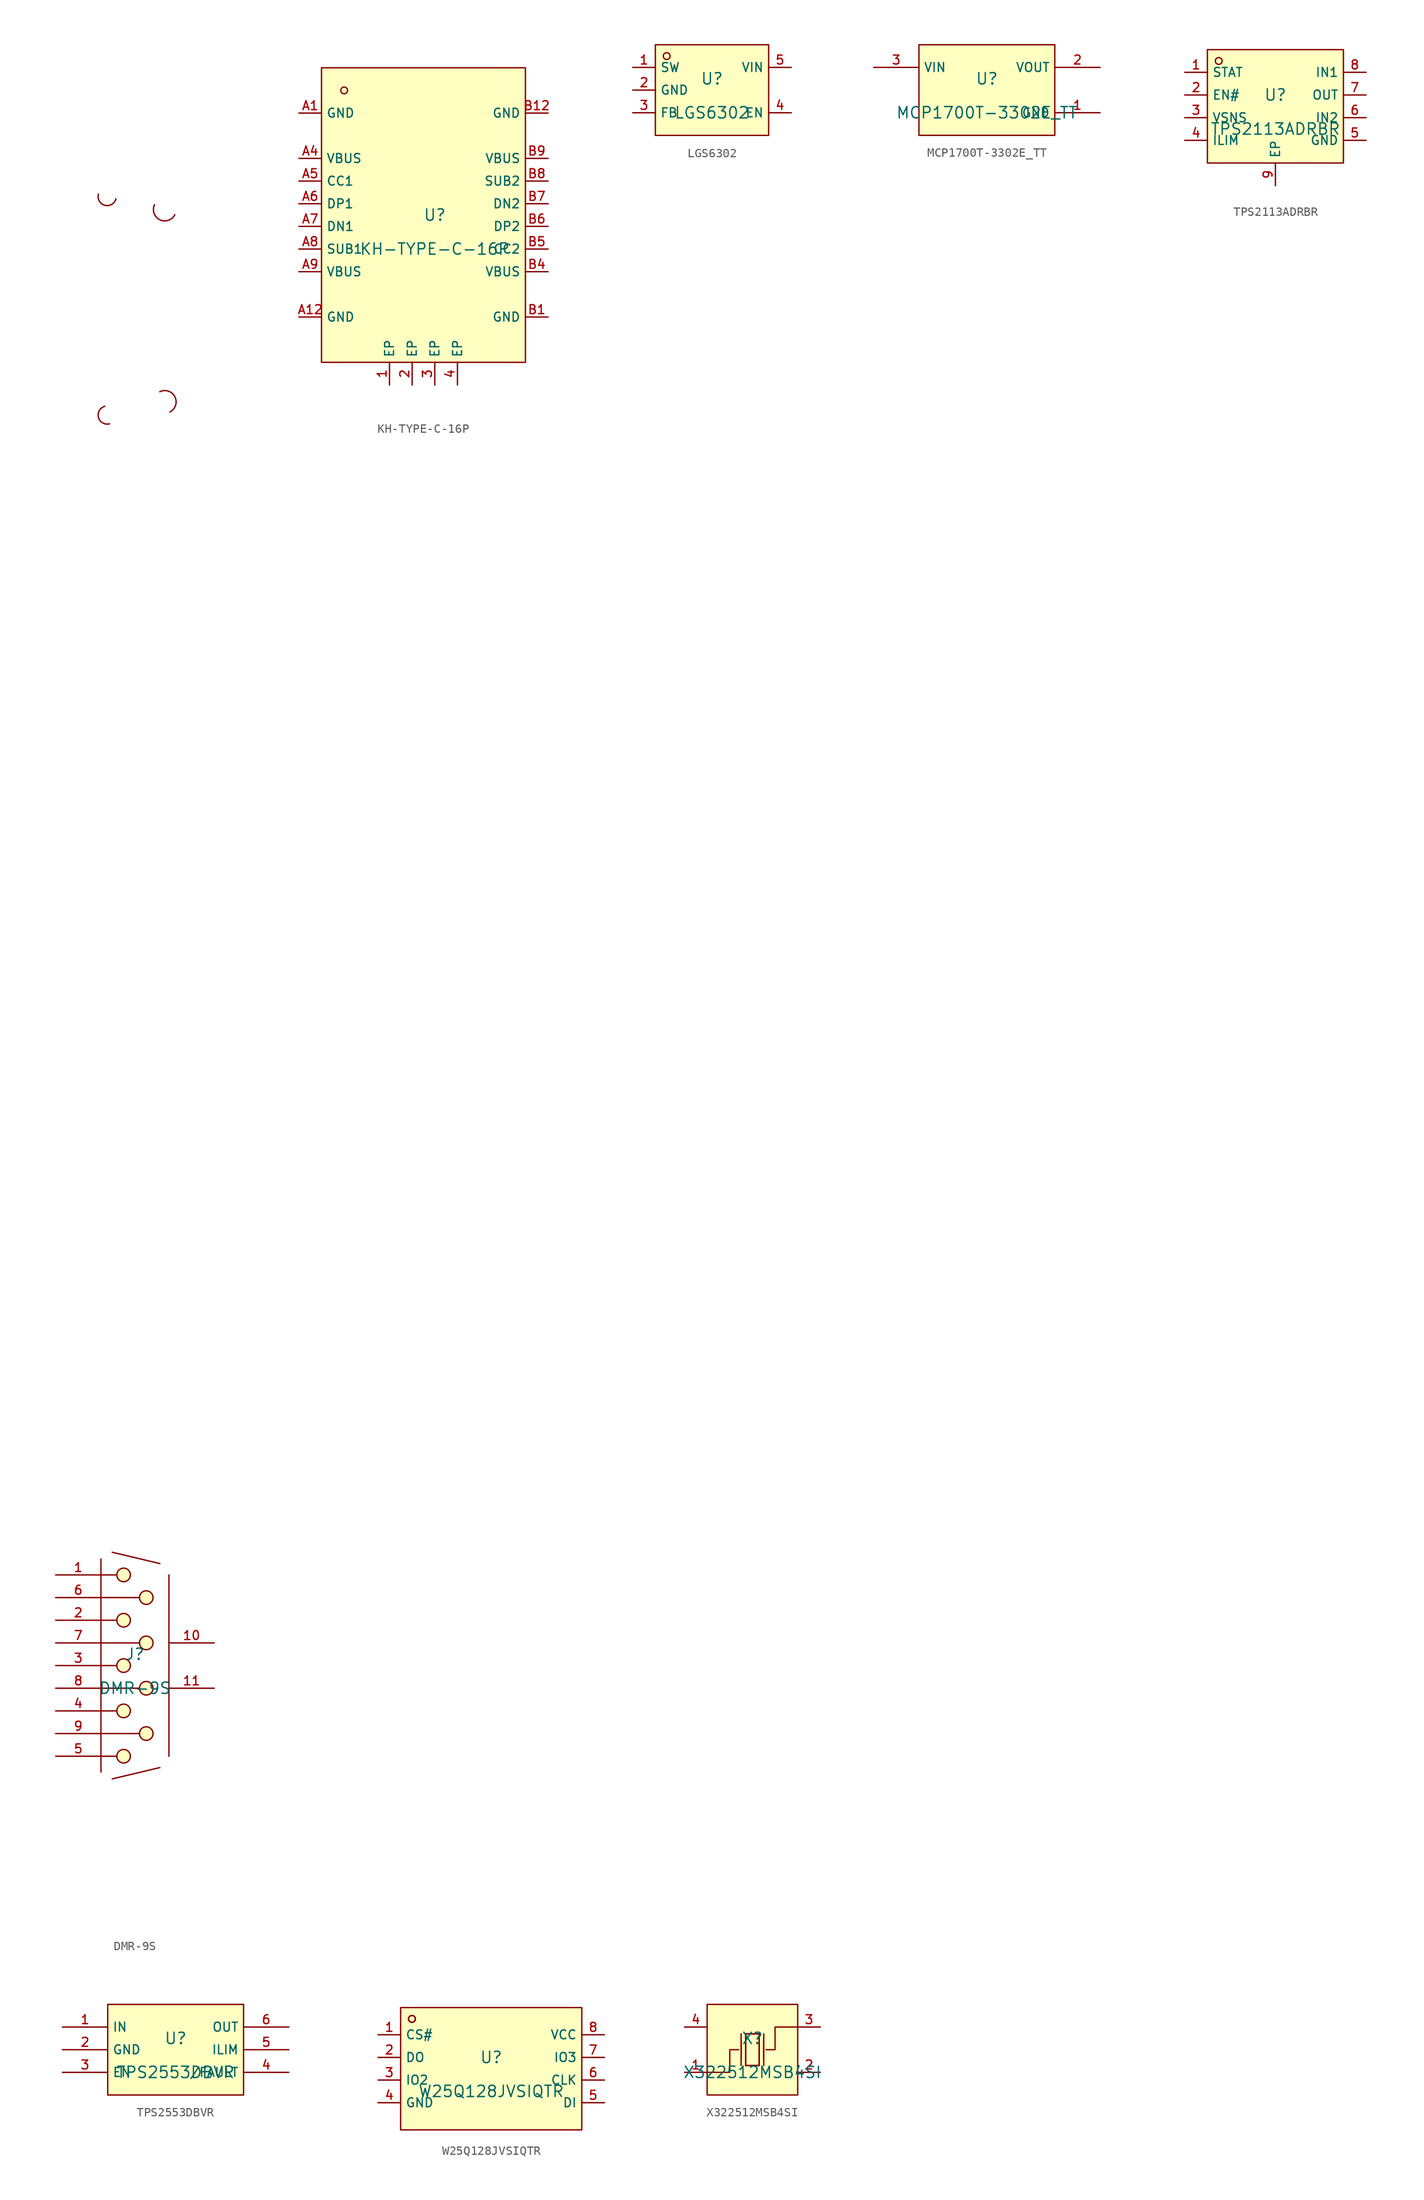
<source format=kicad_sym>
(kicad_symbol_lib
  (version 20220914)
  (generator kicad_symbol_editor)
  (symbol "DMR-9S"
    (pin_names hide)
    (property "Reference" "J"
      (at 0 1.27 0)
      (effects (font (size 1.27 1.27))))
    (property "Value" "DMR-9S"
      (at 0 -2.54 0)
      (effects (font (size 1.27 1.27))))
    (symbol "DMR-9S_0_1"
      (arc (start -4.0921 164.91) (mid -3.3724 163.6664) (end -2.1288 164.3861) (stroke (width 0) (type default)) (fill (type none)))
      (arc (start -3.3724 141.1342) (mid -4.092 139.8907) (end -2.8485 139.1709) (stroke (width 0) (type default)) (fill (type none)))
      (circle (center -1.27 -10.16) (radius 0.762) (stroke (width 0) (type default)) (fill (type background)))
      (circle (center -1.27 -5.08) (radius 0.762) (stroke (width 0) (type default)) (fill (type background)))
      (circle (center -1.27 0) (radius 0.762) (stroke (width 0) (type default)) (fill (type background)))
      (circle (center -1.27 5.08) (radius 0.762) (stroke (width 0) (type default)) (fill (type background)))
      (circle (center -1.27 10.16) (radius 0.762) (stroke (width 0) (type default)) (fill (type background)))
      (polyline (pts (xy -3.81 -11.938) (xy -3.81 -10.16)) (stroke (width 0) (type default)) (fill (type none)))
      (polyline (pts (xy -3.81 -10.16) (xy -3.81 10.16)) (stroke (width 0) (type default)) (fill (type none)))
      (polyline (pts (xy -3.81 -7.62) (xy 0.508 -7.62)) (stroke (width 0) (type default)) (fill (type none)))
      (polyline (pts (xy -3.81 -2.54) (xy 0.508 -2.54)) (stroke (width 0) (type default)) (fill (type none)))
      (polyline (pts (xy -3.81 2.54) (xy 0.508 2.54)) (stroke (width 0) (type default)) (fill (type none)))
      (polyline (pts (xy -3.81 7.62) (xy 0.508 7.62)) (stroke (width 0) (type default)) (fill (type none)))
      (polyline (pts (xy -3.81 11.938) (xy -3.81 10.16)) (stroke (width 0) (type default)) (fill (type none)))
      (polyline (pts (xy -2.032 -10.16) (xy -3.81 -10.16)) (stroke (width 0) (type default)) (fill (type none)))
      (polyline (pts (xy -2.032 -5.08) (xy -3.81 -5.08)) (stroke (width 0) (type default)) (fill (type none)))
      (polyline (pts (xy -2.032 0) (xy -3.81 0)) (stroke (width 0) (type default)) (fill (type none)))
      (polyline (pts (xy -2.032 5.08) (xy -3.81 5.08)) (stroke (width 0) (type default)) (fill (type none)))
      (polyline (pts (xy -2.032 10.16) (xy -3.81 10.16)) (stroke (width 0) (type default)) (fill (type none)))
      (polyline (pts (xy 2.794 -11.43) (xy -2.54 -12.7)) (stroke (width 0) (type default)) (fill (type none)))
      (polyline (pts (xy 2.794 11.43) (xy -2.54 12.7)) (stroke (width 0) (type default)) (fill (type none)))
      (polyline (pts (xy 3.81 -10.16) (xy 3.81 10.16)) (stroke (width 0) (type default)) (fill (type none)))
      (circle (center 1.27 -7.62) (radius 0.762) (stroke (width 0) (type default)) (fill (type background)))
      (circle (center 1.27 -2.54) (radius 0.762) (stroke (width 0) (type default)) (fill (type background)))
      (circle (center 1.27 2.54) (radius 0.762) (stroke (width 0) (type default)) (fill (type background)))
      (circle (center 1.27 7.62) (radius 0.762) (stroke (width 0) (type default)) (fill (type background)))
      (arc (start 2.2003 163.7354) (mid 2.7775 162.0354) (end 4.4784 162.612) (stroke (width 0) (type default)) (fill (type none)))
      (arc (start 3.9167 140.4933) (mid 4.4867 142.1965) (end 2.7834 142.7665) (stroke (width 0) (type default)) (fill (type none)))
      (pin input line (at -8.89 10.16 0) (length 5.08) (name "1" (effects (font (size 1 1)))) (number "1" (effects (font (size 1 1)))))
      (pin input line (at 8.89 2.54 180) (length 5.08) (name "MH1" (effects (font (size 1 1)))) (number "10" (effects (font (size 1 1)))))
      (pin input line (at 8.89 -2.54 180) (length 5.08) (name "MH2" (effects (font (size 1 1)))) (number "11" (effects (font (size 1 1)))))
      (pin input line (at -8.89 5.08 0) (length 5.08) (name "2" (effects (font (size 1 1)))) (number "2" (effects (font (size 1 1)))))
      (pin input line (at -8.89 0 0) (length 5.08) (name "3" (effects (font (size 1 1)))) (number "3" (effects (font (size 1 1)))))
      (pin input line (at -8.89 -5.08 0) (length 5.08) (name "4" (effects (font (size 1 1)))) (number "4" (effects (font (size 1 1)))))
      (pin input line (at -8.89 -10.16 0) (length 5.08) (name "5" (effects (font (size 1 1)))) (number "5" (effects (font (size 1 1)))))
      (pin input line (at -8.89 7.62 0) (length 5.08) (name "6" (effects (font (size 1 1)))) (number "6" (effects (font (size 1 1)))))
      (pin input line (at -8.89 2.54 0) (length 5.08) (name "7" (effects (font (size 1 1)))) (number "7" (effects (font (size 1 1)))))
      (pin input line (at -8.89 -2.54 0) (length 5.08) (name "8" (effects (font (size 1 1)))) (number "8" (effects (font (size 1 1)))))
      (pin input line (at -8.89 -7.62 0) (length 5.08) (name "9" (effects (font (size 1 1)))) (number "9" (effects (font (size 1 1)))))))
  (symbol "KH-TYPE-C-16P"
    (property "Reference" "U"
      (at 0 1.27 0)
      (effects (font (size 1.27 1.27))))
    (property "Value" "KH-TYPE-C-16P"
      (at 0 -2.54 0)
      (effects (font (size 1.27 1.27))))
    (symbol "KH-TYPE-C-16P_0_1"
      (rectangle (start -12.7 17.78) (end 10.16 -15.24) (stroke (width 0) (type default)) (fill (type background)))
      (circle (center -10.16 15.24) (radius 0.381) (stroke (width 0) (type default)) (fill (type background)))
      (pin unspecified line (at -5.08 -17.78 90) (length 2.54) (name "EP" (effects (font (size 1 1)))) (number "1" (effects (font (size 1 1)))))
      (pin unspecified line (at -2.54 -17.78 90) (length 2.54) (name "EP" (effects (font (size 1 1)))) (number "2" (effects (font (size 1 1)))))
      (pin unspecified line (at 0 -17.78 90) (length 2.54) (name "EP" (effects (font (size 1 1)))) (number "3" (effects (font (size 1 1)))))
      (pin unspecified line (at 2.54 -17.78 90) (length 2.54) (name "EP" (effects (font (size 1 1)))) (number "4" (effects (font (size 1 1)))))
      (pin unspecified line (at -15.24 12.7 0) (length 2.54) (name "GND" (effects (font (size 1 1)))) (number "A1" (effects (font (size 1 1)))))
      (pin unspecified line (at -15.24 -10.16 0) (length 2.54) (name "GND" (effects (font (size 1 1)))) (number "A12" (effects (font (size 1 1)))))
      (pin unspecified line (at -15.24 7.62 0) (length 2.54) (name "VBUS" (effects (font (size 1 1)))) (number "A4" (effects (font (size 1 1)))))
      (pin unspecified line (at -15.24 5.08 0) (length 2.54) (name "CC1" (effects (font (size 1 1)))) (number "A5" (effects (font (size 1 1)))))
      (pin unspecified line (at -15.24 2.54 0) (length 2.54) (name "DP1" (effects (font (size 1 1)))) (number "A6" (effects (font (size 1 1)))))
      (pin unspecified line (at -15.24 0 0) (length 2.54) (name "DN1" (effects (font (size 1 1)))) (number "A7" (effects (font (size 1 1)))))
      (pin unspecified line (at -15.24 -2.54 0) (length 2.54) (name "SUB1" (effects (font (size 1 1)))) (number "A8" (effects (font (size 1 1)))))
      (pin unspecified line (at -15.24 -5.08 0) (length 2.54) (name "VBUS" (effects (font (size 1 1)))) (number "A9" (effects (font (size 1 1)))))
      (pin unspecified line (at 12.7 -10.16 180) (length 2.54) (name "GND" (effects (font (size 1 1)))) (number "B1" (effects (font (size 1 1)))))
      (pin unspecified line (at 12.7 12.7 180) (length 2.54) (name "GND" (effects (font (size 1 1)))) (number "B12" (effects (font (size 1 1)))))
      (pin unspecified line (at 12.7 -5.08 180) (length 2.54) (name "VBUS" (effects (font (size 1 1)))) (number "B4" (effects (font (size 1 1)))))
      (pin unspecified line (at 12.7 -2.54 180) (length 2.54) (name "CC2" (effects (font (size 1 1)))) (number "B5" (effects (font (size 1 1)))))
      (pin unspecified line (at 12.7 0 180) (length 2.54) (name "DP2" (effects (font (size 1 1)))) (number "B6" (effects (font (size 1 1)))))
      (pin unspecified line (at 12.7 2.54 180) (length 2.54) (name "DN2" (effects (font (size 1 1)))) (number "B7" (effects (font (size 1 1)))))
      (pin unspecified line (at 12.7 5.08 180) (length 2.54) (name "SUB2" (effects (font (size 1 1)))) (number "B8" (effects (font (size 1 1)))))
      (pin unspecified line (at 12.7 7.62 180) (length 2.54) (name "VBUS" (effects (font (size 1 1)))) (number "B9" (effects (font (size 1 1)))))))
  (symbol "LGS6302"
    (property "Reference" "U"
      (at 0 1.27 0)
      (effects (font (size 1.27 1.27))))
    (property "Value" "LGS6302"
      (at 0 -2.54 0)
      (effects (font (size 1.27 1.27))))
    (symbol "LGS6302_0_1"
      (rectangle (start -6.35 5.08) (end 6.35 -5.08) (stroke (width 0) (type default)) (fill (type background)))
      (circle (center -5.08 3.81) (radius 0.381) (stroke (width 0) (type default)) (fill (type background)))
      (pin unspecified line (at -8.89 2.54 0) (length 2.54) (name "SW" (effects (font (size 1 1)))) (number "1" (effects (font (size 1 1)))))
      (pin unspecified line (at -8.89 0 0) (length 2.54) (name "GND" (effects (font (size 1 1)))) (number "2" (effects (font (size 1 1)))))
      (pin unspecified line (at -8.89 -2.54 0) (length 2.54) (name "FB" (effects (font (size 1 1)))) (number "3" (effects (font (size 1 1)))))
      (pin unspecified line (at 8.89 -2.54 180) (length 2.54) (name "EN" (effects (font (size 1 1)))) (number "4" (effects (font (size 1 1)))))
      (pin unspecified line (at 8.89 2.54 180) (length 2.54) (name "VIN" (effects (font (size 1 1)))) (number "5" (effects (font (size 1 1)))))))
  (symbol "MCP1700T-3302E_TT"
    (property "Reference" "U"
      (at 0 1.27 0)
      (effects (font (size 1.27 1.27))))
    (property "Value" "MCP1700T-3302E_TT"
      (at 0 -2.54 0)
      (effects (font (size 1.27 1.27))))
    (symbol "MCP1700T-3302E_TT_0_1"
      (rectangle (start -7.62 5.08) (end 7.62 -5.08) (stroke (width 0) (type default)) (fill (type background)))
      (pin power_in line (at 12.7 -2.54 180) (length 5.08) (name "GND" (effects (font (size 1 1)))) (number "1" (effects (font (size 1 1)))))
      (pin power_in line (at 12.7 2.54 180) (length 5.08) (name "VOUT" (effects (font (size 1 1)))) (number "2" (effects (font (size 1 1)))))
      (pin power_in line (at -12.7 2.54 0) (length 5.08) (name "VIN" (effects (font (size 1 1)))) (number "3" (effects (font (size 1 1)))))))
  (symbol "TPS2113ADRBR"
    (property "Reference" "U"
      (at 0 1.27 0)
      (effects (font (size 1.27 1.27))))
    (property "Value" "TPS2113ADRBR"
      (at 0 -2.54 0)
      (effects (font (size 1.27 1.27))))
    (symbol "TPS2113ADRBR_0_1"
      (rectangle (start -7.62 6.35) (end 7.62 -6.35) (stroke (width 0) (type default)) (fill (type background)))
      (circle (center -6.35 5.08) (radius 0.381) (stroke (width 0) (type default)) (fill (type background)))
      (pin unspecified line (at -10.16 3.81 0) (length 2.54) (name "STAT" (effects (font (size 1 1)))) (number "1" (effects (font (size 1 1)))))
      (pin unspecified line (at -10.16 1.27 0) (length 2.54) (name "EN#" (effects (font (size 1 1)))) (number "2" (effects (font (size 1 1)))))
      (pin unspecified line (at -10.16 -1.27 0) (length 2.54) (name "VSNS" (effects (font (size 1 1)))) (number "3" (effects (font (size 1 1)))))
      (pin unspecified line (at -10.16 -3.81 0) (length 2.54) (name "ILIM" (effects (font (size 1 1)))) (number "4" (effects (font (size 1 1)))))
      (pin unspecified line (at 10.16 -3.81 180) (length 2.54) (name "GND" (effects (font (size 1 1)))) (number "5" (effects (font (size 1 1)))))
      (pin unspecified line (at 10.16 -1.27 180) (length 2.54) (name "IN2" (effects (font (size 1 1)))) (number "6" (effects (font (size 1 1)))))
      (pin unspecified line (at 10.16 1.27 180) (length 2.54) (name "OUT" (effects (font (size 1 1)))) (number "7" (effects (font (size 1 1)))))
      (pin unspecified line (at 10.16 3.81 180) (length 2.54) (name "IN1" (effects (font (size 1 1)))) (number "8" (effects (font (size 1 1)))))
      (pin unspecified line (at 0 -8.89 90) (length 2.54) (name "EP" (effects (font (size 1 1)))) (number "9" (effects (font (size 1 1)))))))
  (symbol "TPS2553DBVR"
    (property "Reference" "U"
      (at 0 1.27 0)
      (effects (font (size 1.27 1.27))))
    (property "Value" "TPS2553DBVR"
      (at 0 -2.54 0)
      (effects (font (size 1.27 1.27))))
    (symbol "TPS2553DBVR_0_1"
      (rectangle (start -7.62 5.08) (end 7.62 -5.08) (stroke (width 0) (type default)) (fill (type background)))
      (pin unspecified line (at -12.7 2.54 0) (length 5.08) (name "IN" (effects (font (size 1 1)))) (number "1" (effects (font (size 1 1)))))
      (pin unspecified line (at -12.7 0 0) (length 5.08) (name "GND" (effects (font (size 1 1)))) (number "2" (effects (font (size 1 1)))))
      (pin unspecified line (at -12.7 -2.54 0) (length 5.08) (name "EN" (effects (font (size 1 1)))) (number "3" (effects (font (size 1 1)))))
      (pin unspecified line (at 12.7 -2.54 180) (length 5.08) (name "/FAULT" (effects (font (size 1 1)))) (number "4" (effects (font (size 1 1)))))
      (pin unspecified line (at 12.7 0 180) (length 5.08) (name "ILIM" (effects (font (size 1 1)))) (number "5" (effects (font (size 1 1)))))
      (pin unspecified line (at 12.7 2.54 180) (length 5.08) (name "OUT" (effects (font (size 1 1)))) (number "6" (effects (font (size 1 1)))))))
  (symbol "W25Q128JVSIQTR"
    (property "Reference" "U"
      (at 0 1.27 0)
      (effects (font (size 1.27 1.27))))
    (property "Value" "W25Q128JVSIQTR"
      (at 0 -2.54 0)
      (effects (font (size 1.27 1.27))))
    (symbol "W25Q128JVSIQTR_0_1"
      (rectangle (start -10.16 6.858) (end 10.16 -6.858) (stroke (width 0) (type default)) (fill (type background)))
      (circle (center -8.89 5.588) (radius 0.381) (stroke (width 0) (type default)) (fill (type background)))
      (circle (center -8.89 5.588) (radius 0.381) (stroke (width 0) (type default)) (fill (type background)))
      (pin unspecified line (at -12.7 3.81 0) (length 2.54) (name "CS#" (effects (font (size 1 1)))) (number "1" (effects (font (size 1 1)))))
      (pin unspecified line (at -12.7 1.27 0) (length 2.54) (name "DO" (effects (font (size 1 1)))) (number "2" (effects (font (size 1 1)))))
      (pin unspecified line (at -12.7 -1.27 0) (length 2.54) (name "IO2" (effects (font (size 1 1)))) (number "3" (effects (font (size 1 1)))))
      (pin unspecified line (at -12.7 -3.81 0) (length 2.54) (name "GND" (effects (font (size 1 1)))) (number "4" (effects (font (size 1 1)))))
      (pin unspecified line (at 12.7 -3.81 180) (length 2.54) (name "DI" (effects (font (size 1 1)))) (number "5" (effects (font (size 1 1)))))
      (pin unspecified line (at 12.7 -1.27 180) (length 2.54) (name "CLK" (effects (font (size 1 1)))) (number "6" (effects (font (size 1 1)))))
      (pin unspecified line (at 12.7 1.27 180) (length 2.54) (name "IO3" (effects (font (size 1 1)))) (number "7" (effects (font (size 1 1)))))
      (pin unspecified line (at 12.7 3.81 180) (length 2.54) (name "VCC" (effects (font (size 1 1)))) (number "8" (effects (font (size 1 1)))))))
  (symbol "X322512MSB4SI"
    (pin_names hide)
    (property "Reference" "X"
      (at 0 1.27 0)
      (effects (font (size 1.27 1.27))))
    (property "Value" "X322512MSB4SI"
      (at 0 -2.54 0)
      (effects (font (size 1.27 1.27))))
    (symbol "X322512MSB4SI_0_1"
      (rectangle (start -5.08 5.08) (end 5.08 -5.08) (stroke (width 0) (type default)) (fill (type background)))
      (polyline (pts (xy -1.27 -1.778) (xy -1.27 1.778)) (stroke (width 0) (type default)) (fill (type none)))
      (polyline (pts (xy -1.27 -1.016) (xy -1.27 1.016)) (stroke (width 0) (type default)) (fill (type none)))
      (polyline (pts (xy 0.762 -1.778) (xy -0.762 -1.778)) (stroke (width 0) (type default)) (fill (type none)))
      (polyline (pts (xy 1.27 -1.778) (xy 1.27 1.778)) (stroke (width 0) (type default)) (fill (type none)))
      (polyline (pts (xy 1.27 -1.016) (xy 1.27 1.016)) (stroke (width 0) (type default)) (fill (type none)))
      (polyline (pts (xy -5.08 -2.54) (xy -2.54 -2.54) (xy -2.54 0) (xy -1.524 0)) (stroke (width 0) (type default)) (fill (type none)))
      (polyline (pts (xy -0.762 -1.778) (xy -0.762 1.778) (xy 0.762 1.778) (xy 0.762 -1.778)) (stroke (width 0) (type default)) (fill (type none)))
      (polyline (pts (xy 5.08 2.54) (xy 2.54 2.54) (xy 2.54 0) (xy 1.524 0)) (stroke (width 0) (type default)) (fill (type none)))
      (polyline (pts (xy 0.762 1.778) (xy 0.762 -1.778) (xy -0.762 -1.778) (xy -0.762 1.778) (xy 0.762 1.778)) (stroke (width 0) (type default)) (fill (type none)))
      (pin unspecified line (at -7.62 -2.54 0) (length 2.54) (name "OSC1" (effects (font (size 1 1)))) (number "1" (effects (font (size 1 1)))))
      (pin unspecified line (at 7.62 -2.54 180) (length 2.54) (name "GND" (effects (font (size 1 1)))) (number "2" (effects (font (size 1 1)))))
      (pin unspecified line (at 7.62 2.54 180) (length 2.54) (name "OSC2" (effects (font (size 1 1)))) (number "3" (effects (font (size 1 1)))))
      (pin unspecified line (at -7.62 2.54 0) (length 2.54) (name "GND" (effects (font (size 1 1)))) (number "4" (effects (font (size 1 1))))))))
</source>
